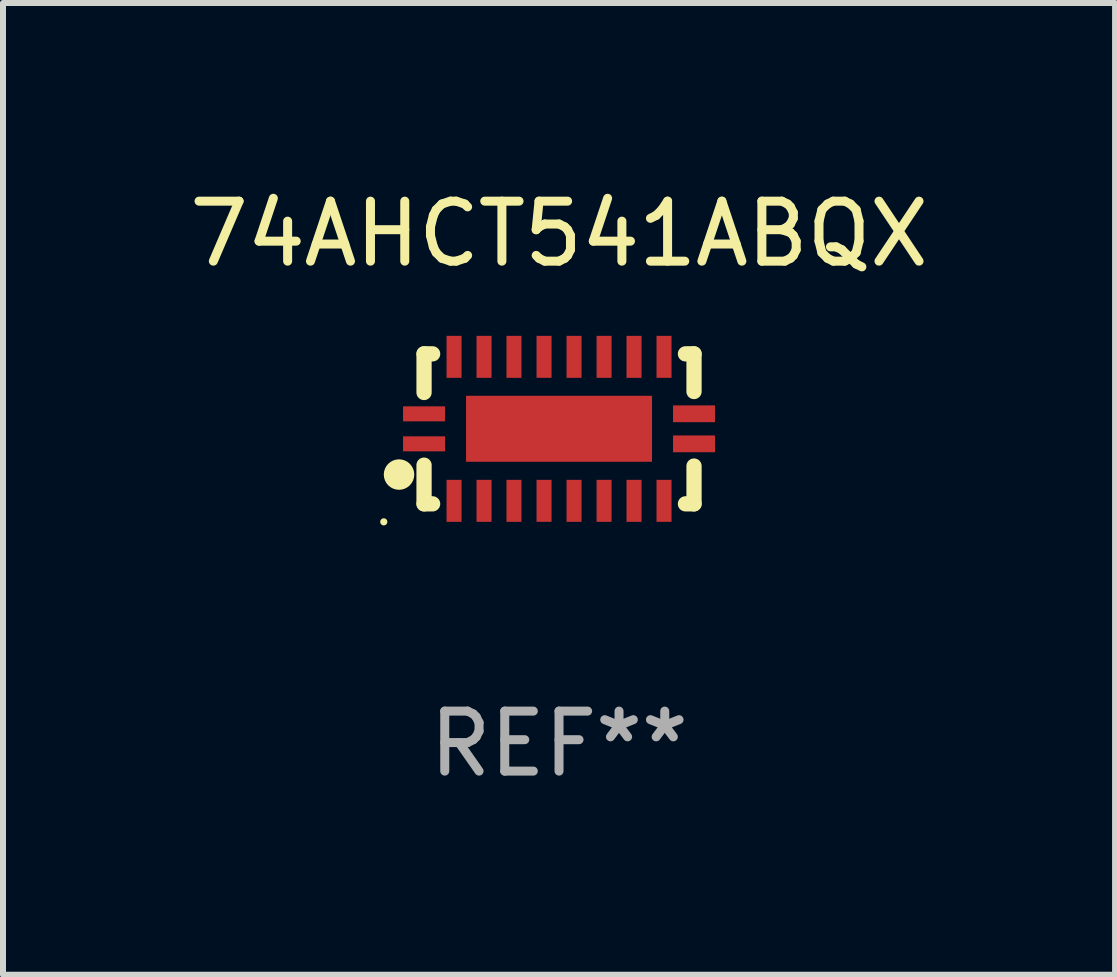
<source format=kicad_pcb>
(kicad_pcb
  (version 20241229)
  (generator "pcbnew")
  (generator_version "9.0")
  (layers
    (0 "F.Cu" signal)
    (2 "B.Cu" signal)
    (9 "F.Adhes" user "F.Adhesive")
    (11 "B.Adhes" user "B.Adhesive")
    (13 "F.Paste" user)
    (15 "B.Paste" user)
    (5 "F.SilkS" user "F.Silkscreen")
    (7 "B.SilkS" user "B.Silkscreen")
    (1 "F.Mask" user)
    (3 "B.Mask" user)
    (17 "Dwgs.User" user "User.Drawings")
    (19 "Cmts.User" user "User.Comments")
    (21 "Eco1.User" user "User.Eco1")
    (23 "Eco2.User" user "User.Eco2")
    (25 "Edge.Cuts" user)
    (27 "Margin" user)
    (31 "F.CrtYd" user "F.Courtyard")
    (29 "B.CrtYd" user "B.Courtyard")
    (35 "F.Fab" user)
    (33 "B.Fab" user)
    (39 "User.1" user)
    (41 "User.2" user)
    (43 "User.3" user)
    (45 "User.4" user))
  (footprint "74AHCT541ABQX"
    (layer "F.Cu")
    (at 6.268 4.098)
    (property "Reference" "74AHCT541ABQX" (at 0 -3.25 0) (layer "F.SilkS") (effects (font (size 1 1) (thickness 0.15))))
    (attr through_hole)
    (fp_line (start -2.25 0.605) (end -2.25 1.25) (stroke (width 0.254) (type solid)) (layer "F.SilkS"))
    (fp_line (start -2.25 1.25) (end -2.107 1.25) (stroke (width 0.254) (type solid)) (layer "F.SilkS"))
    (fp_line (start -2.25 -1.25) (end -2.25 -0.606) (stroke (width 0.254) (type solid)) (layer "F.SilkS"))
    (fp_line (start -2.25 -1.25) (end -2.107 -1.25) (stroke (width 0.254) (type solid)) (layer "F.SilkS"))
    (fp_line (start 2.107 -1.25) (end 2.25 -1.25) (stroke (width 0.254) (type solid)) (layer "F.SilkS"))
    (fp_line (start 2.107 1.25) (end 2.25 1.25) (stroke (width 0.254) (type solid)) (layer "F.SilkS"))
    (fp_line (start 2.25 -1.25) (end 2.25 -0.622) (stroke (width 0.254) (type solid)) (layer "F.SilkS"))
    (fp_line (start 2.25 0.62) (end 2.25 1.25) (stroke (width 0.254) (type solid)) (layer "F.SilkS"))
    (fp_circle (center -2.921 1.55) (end -2.891 1.55) (stroke (width 0.06) (type solid)) (fill no) (layer "F.SilkS"))
    (fp_circle (center -2.667 0.762) (end -2.54 0.762) (stroke (width 0.254) (type solid)) (fill no) (layer "F.SilkS"))
    (fp_text user "REF**" (at 0 5.25 0) (layer "F.Fab") (effects (font (size 1 1) (thickness 0.15))))
    (pad "1" smd rect (at -2.25 0.25 180) (size 0.7 0.25) (layers "F.Cu" "F.Mask" "F.Paste"))
    (pad "2" smd rect (at -1.75 1.2 90) (size 0.7 0.25) (layers "F.Cu" "F.Mask" "F.Paste"))
    (pad "3" smd rect (at -1.25 1.2 90) (size 0.7 0.25) (layers "F.Cu" "F.Mask" "F.Paste"))
    (pad "4" smd rect (at -0.751 1.2 90) (size 0.7 0.25) (layers "F.Cu" "F.Mask" "F.Paste"))
    (pad "5" smd rect (at -0.25 1.2 90) (size 0.7 0.25) (layers "F.Cu" "F.Mask" "F.Paste"))
    (pad "6" smd rect (at 0.25 1.2 90) (size 0.7 0.25) (layers "F.Cu" "F.Mask" "F.Paste"))
    (pad "7" smd rect (at 0.751 1.2 90) (size 0.7 0.25) (layers "F.Cu" "F.Mask" "F.Paste"))
    (pad "8" smd rect (at 1.25 1.2 90) (size 0.7 0.25) (layers "F.Cu" "F.Mask" "F.Paste"))
    (pad "9" smd rect (at 1.75 1.2 90) (size 0.7 0.25) (layers "F.Cu" "F.Mask" "F.Paste"))
    (pad "10" smd rect (at 2.25 0.25 180) (size 0.7 0.28) (layers "F.Cu" "F.Mask" "F.Paste"))
    (pad "11" smd rect (at 2.25 -0.251 180) (size 0.7 0.28) (layers "F.Cu" "F.Mask" "F.Paste"))
    (pad "12" smd rect (at 1.75 -1.2 90) (size 0.7 0.25) (layers "F.Cu" "F.Mask" "F.Paste"))
    (pad "13" smd rect (at 1.25 -1.2 90) (size 0.7 0.25) (layers "F.Cu" "F.Mask" "F.Paste"))
    (pad "14" smd rect (at 0.751 -1.2 90) (size 0.7 0.25) (layers "F.Cu" "F.Mask" "F.Paste"))
    (pad "15" smd rect (at 0.25 -1.2 90) (size 0.7 0.25) (layers "F.Cu" "F.Mask" "F.Paste"))
    (pad "16" smd rect (at -0.25 -1.2 90) (size 0.7 0.25) (layers "F.Cu" "F.Mask" "F.Paste"))
    (pad "17" smd rect (at -0.751 -1.2 90) (size 0.7 0.25) (layers "F.Cu" "F.Mask" "F.Paste"))
    (pad "18" smd rect (at -1.25 -1.2 90) (size 0.7 0.25) (layers "F.Cu" "F.Mask" "F.Paste"))
    (pad "19" smd rect (at -1.75 -1.2 90) (size 0.7 0.25) (layers "F.Cu" "F.Mask" "F.Paste"))
    (pad "20" smd rect (at -2.25 -0.25 180) (size 0.7 0.25) (layers "F.Cu" "F.Mask" "F.Paste"))
    (pad "21" smd rect (at 0 -0.001 180) (size 3.1 1.1) (layers "F.Cu" "F.Mask" "F.Paste")))
  (gr_rect
    (start -3 -3)
    (end 15.536 13.197)
    (stroke (width 0.1) (type default))
    (fill no)
    (layer "Edge.Cuts")))
</source>
